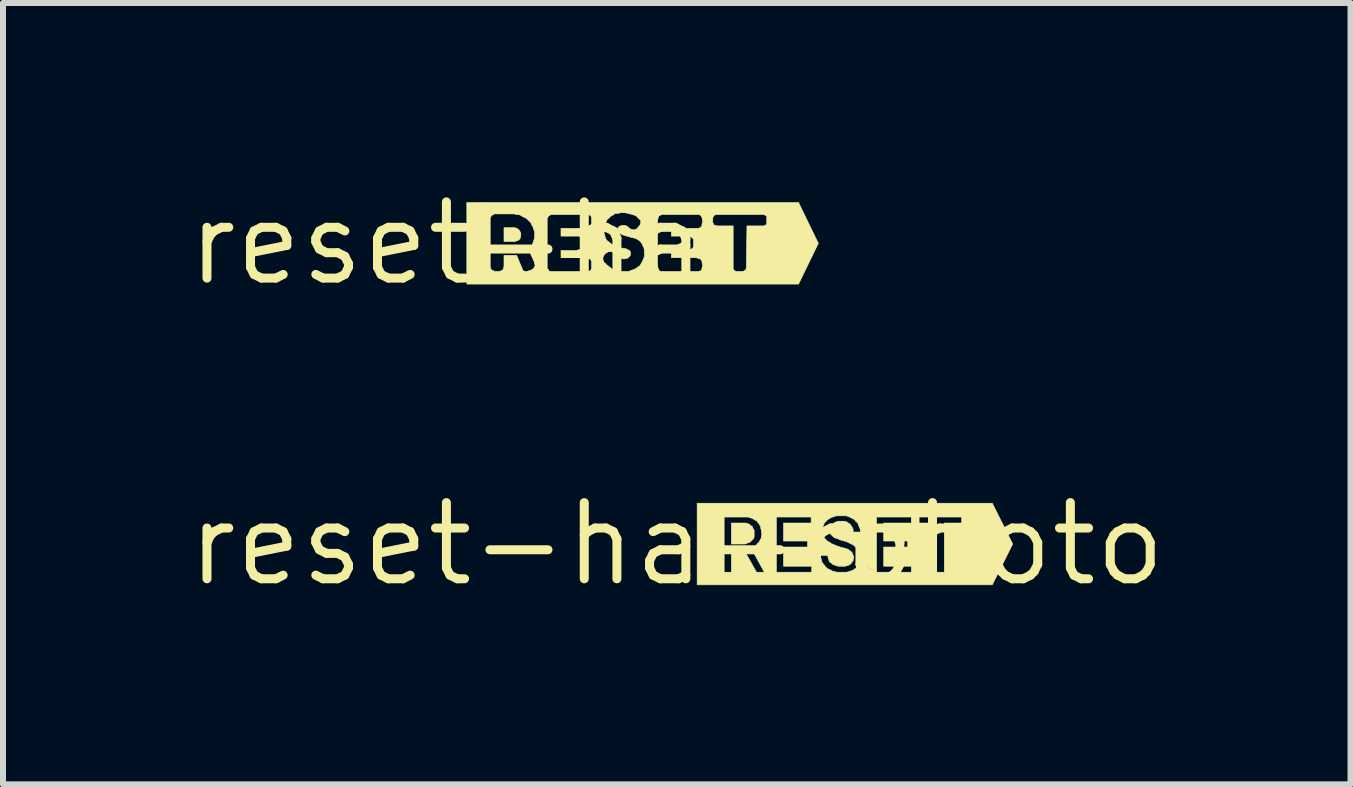
<source format=kicad_pcb>
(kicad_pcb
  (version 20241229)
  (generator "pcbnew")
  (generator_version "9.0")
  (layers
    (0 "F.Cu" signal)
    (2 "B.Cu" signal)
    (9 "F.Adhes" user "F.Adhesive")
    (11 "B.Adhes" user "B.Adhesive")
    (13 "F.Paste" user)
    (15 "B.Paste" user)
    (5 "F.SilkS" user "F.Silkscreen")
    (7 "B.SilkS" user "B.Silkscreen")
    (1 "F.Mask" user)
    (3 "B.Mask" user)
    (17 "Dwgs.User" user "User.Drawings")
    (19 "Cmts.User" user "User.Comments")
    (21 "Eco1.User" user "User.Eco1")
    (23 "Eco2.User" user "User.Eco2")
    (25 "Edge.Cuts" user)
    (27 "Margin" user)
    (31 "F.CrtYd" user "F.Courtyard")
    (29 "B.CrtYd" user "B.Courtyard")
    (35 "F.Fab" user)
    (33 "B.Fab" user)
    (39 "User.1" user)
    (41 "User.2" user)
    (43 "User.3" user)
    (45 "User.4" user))
  (footprint "reset-ha-roboto"
    (layer "F.Cu")
    (at 8.232 6.019)
    (property "Reference" "reset-ha-roboto" (at 0 0 0) (layer "F.SilkS") (effects (font (size 1.27 1.27) (thickness 0.15))))
    (attr board_only exclude_from_pos_files exclude_from_bom)
    (fp_poly (pts (xy 0.91 0) (xy 1.1 0) (xy 1.14 0) (xy 1.16 -0.01) (xy 1.19 -0.02) (xy 1.22 -0.03) (xy 1.24 -0.05) (xy 1.26 -0.07) (xy 1.28 -0.09) (xy 1.29 -0.12) (xy 1.29 -0.15) (xy 1.29 -0.2) (xy 1.29 -0.23) (xy 1.27 -0.26) (xy 1.26 -0.29) (xy 1.23 -0.31) (xy 1.21 -0.33) (xy 1.18 -0.34) (xy 1.15 -0.35) (xy 1.1 -0.35) (xy 0.91 -0.35) (xy 0.91 0)) (stroke (width 0.01) (type solid)) (fill yes) (layer "F.SilkS"))
    (fp_poly (pts (xy 0.68 -0.68) (xy 0.34 -0.68) (xy 0.34 0.68) (xy 5.26 0.68) (xy 5.6 0) (xy 5.26 -0.68) (xy 0.68 -0.68) (xy 0.79 -0.45) (xy 1.1 -0.45) (xy 1.15 -0.45) (xy 1.19 -0.45) (xy 1.25 -0.43) (xy 1.27 -0.42) (xy 1.29 -0.41) (xy 1.32 -0.39) (xy 1.34 -0.38) (xy 1.35 -0.36) (xy 1.37 -0.34) (xy 1.38 -0.32) (xy 1.4 -0.29) (xy 1.4 -0.26) (xy 1.41 -0.23) (xy 1.41 -0.19) (xy 1.42 -0.16) (xy 1.41 -0.13) (xy 1.41 -0.1) (xy 1.39 -0.07) (xy 1.38 -0.04) (xy 1.36 -0.02) (xy 1.34 0) (xy 1.32 0.03) (xy 1.3 0.04) (xy 1.27 0.06) (xy 1.24 0.07) (xy 1.46 0.47) (xy 1.66 0.47) (xy 1.66 -0.45) (xy 2.24 -0.45) (xy 2.24 -0.35) (xy 1.78 -0.35) (xy 1.78 -0.05) (xy 2.18 -0.05) (xy 2.18 0.05) (xy 1.78 0.05) (xy 1.78 0.37) (xy 2.25 0.37) (xy 2.42 0.29) (xy 2.41 0.26) (xy 2.4 0.23) (xy 2.4 0.19) (xy 2.52 0.19) (xy 2.52 0.22) (xy 2.53 0.25) (xy 2.54 0.28) (xy 2.55 0.3) (xy 2.58 0.32) (xy 2.6 0.34) (xy 2.63 0.35) (xy 2.66 0.36) (xy 2.69 0.37) (xy 2.73 0.37) (xy 2.77 0.37) (xy 2.81 0.37) (xy 2.84 0.36) (xy 2.87 0.35) (xy 2.89 0.34) (xy 2.91 0.32) (xy 2.92 0.3) (xy 2.94 0.28) (xy 2.94 0.26) (xy 2.95 0.24) (xy 2.95 0.21) (xy 2.94 0.19) (xy 2.93 0.16) (xy 2.92 0.14) (xy 2.91 0.13) (xy 2.9 0.12) (xy 2.88 0.11) (xy 2.86 0.09) (xy 2.8 0.07) (xy 2.72 0.05) (xy 2.64 0.02) (xy 2.57 -0.01) (xy 2.55 -0.03) (xy 2.52 -0.04) (xy 2.5 -0.06) (xy 2.48 -0.08) (xy 2.46 -0.1) (xy 2.45 -0.12) (xy 2.44 -0.14) (xy 2.43 -0.17) (xy 2.43 -0.19) (xy 2.42 -0.22) (xy 2.43 -0.25) (xy 2.43 -0.27) (xy 2.44 -0.3) (xy 2.45 -0.32) (xy 2.46 -0.35) (xy 2.48 -0.37) (xy 2.5 -0.39) (xy 2.52 -0.41) (xy 2.54 -0.42) (xy 2.57 -0.44) (xy 2.6 -0.45) (xy 2.63 -0.46) (xy 2.66 -0.47) (xy 2.69 -0.47) (xy 2.72 -0.47) (xy 2.76 -0.47) (xy 2.8 -0.47) (xy 2.83 -0.47) (xy 2.88 -0.45) (xy 2.92 -0.43) (xy 2.96 -0.41) (xy 2.99 -0.37) (xy 3.01 -0.36) (xy 3.02 -0.34) (xy 3.04 -0.29) (xy 3.06 -0.24) (xy 3.06 -0.2) (xy 2.94 -0.2) (xy 2.94 -0.24) (xy 2.93 -0.27) (xy 2.91 -0.3) (xy 2.89 -0.33) (xy 2.86 -0.35) (xy 2.83 -0.37) (xy 2.79 -0.38) (xy 2.74 -0.38) (xy 2.7 -0.38) (xy 2.66 -0.37) (xy 2.62 -0.35) (xy 2.59 -0.33) (xy 2.57 -0.31) (xy 2.56 -0.28) (xy 2.55 -0.24) (xy 2.55 -0.22) (xy 2.55 -0.21) (xy 2.55 -0.18) (xy 2.57 -0.16) (xy 2.59 -0.14) (xy 2.61 -0.12) (xy 2.64 -0.1) (xy 2.68 -0.09) (xy 2.72 -0.07) (xy 2.83 -0.04) (xy 2.87 -0.02) (xy 2.91 0) (xy 2.95 0.02) (xy 2.98 0.05) (xy 3.01 0.08) (xy 3.04 0.11) (xy 3.05 0.12) (xy 3.05 0.14) (xy 3.06 0.17) (xy 3.07 0.19) (xy 3.07 0.21) (xy 3.07 0.24) (xy 3.07 0.26) (xy 3.06 0.28) (xy 3.05 0.32) (xy 3.33 0.47) (xy 3.33 -0.45) (xy 3.91 -0.45) (xy 3.91 -0.35) (xy 4.04 -0.35) (xy 4.04 -0.45) (xy 4.75 -0.45) (xy 4.75 -0.35) (xy 4.46 -0.35) (xy 4.46 0.47) (xy 4.33 0.47) (xy 4.33 -0.35) (xy 4.04 -0.35) (xy 3.91 -0.35) (xy 3.45 -0.35) (xy 3.45 -0.05) (xy 3.85 -0.05) (xy 3.85 0.05) (xy 3.45 0.05) (xy 3.45 0.37) (xy 3.91 0.37) (xy 3.91 0.47) (xy 3.33 0.47) (xy 3.05 0.33) (xy 3.03 0.36) (xy 3 0.39) (xy 2.96 0.42) (xy 2.93 0.44) (xy 2.9 0.45) (xy 2.87 0.46) (xy 2.83 0.47) (xy 2.79 0.47) (xy 2.74 0.47) (xy 2.7 0.47) (xy 2.67 0.47) (xy 2.63 0.46) (xy 2.59 0.45) (xy 2.56 0.43) (xy 2.53 0.42) (xy 2.5 0.4) (xy 2.48 0.38) (xy 2.46 0.35) (xy 2.44 0.33) (xy 2.42 0.3) (xy 2.25 0.37) (xy 2.25 0.47) (xy 1.66 0.47) (xy 1.46 0.47) (xy 1.33 0.47) (xy 1.12 0.1) (xy 0.91 0.1) (xy 0.91 0.47) (xy 0.79 0.47) (xy 0.79 -0.45) (xy 0.68 -0.68)) (stroke (width 0.01) (type solid)) (fill yes) (layer "F.SilkS")))
  (footprint "reset-ha"
    (layer "F.Cu")
    (at 4.392 1.006)
    (property "Reference" "reset-ha" (at 0 0 0) (layer "F.SilkS") (effects (font (size 1.27 1.27) (thickness 0.15))))
    (attr board_only exclude_from_pos_files exclude_from_bom)
    (fp_poly (pts (xy 0.96 -0.03) (xy 1.14 -0.03) (xy 1.17 -0.04) (xy 1.2 -0.05) (xy 1.21 -0.06) (xy 1.23 -0.08) (xy 1.23 -0.1) (xy 1.24 -0.12) (xy 1.24 -0.14) (xy 1.24 -0.17) (xy 1.23 -0.19) (xy 1.22 -0.21) (xy 1.21 -0.22) (xy 1.19 -0.24) (xy 1.17 -0.25) (xy 1.14 -0.26) (xy 1.13 -0.26) (xy 0.96 -0.26) (xy 0.96 -0.03)) (stroke (width 0.01) (type solid)) (fill yes) (layer "F.SilkS"))
    (fp_poly (pts (xy 0.68 -0.68) (xy 0.34 -0.68) (xy 0.34 0.68) (xy 5.87 0.68) (xy 6.2 0) (xy 5.87 -0.68) (xy 0.68 -0.68) (xy 0.77 -0.48) (xy 0.78 -0.48) (xy 0.8 -0.49) (xy 0.83 -0.49) (xy 1.13 -0.49) (xy 1.17 -0.48) (xy 1.2 -0.48) (xy 1.23 -0.47) (xy 1.25 -0.46) (xy 1.28 -0.44) (xy 1.31 -0.43) (xy 1.34 -0.41) (xy 1.36 -0.39) (xy 1.39 -0.36) (xy 1.41 -0.34) (xy 1.42 -0.31) (xy 1.44 -0.28) (xy 1.45 -0.25) (xy 1.46 -0.22) (xy 1.47 -0.19) (xy 1.47 -0.16) (xy 1.47 -0.13) (xy 1.47 -0.09) (xy 1.46 -0.06) (xy 1.45 -0.03) (xy 1.44 0) (xy 1.43 0.03) (xy 1.41 0.05) (xy 1.39 0.08) (xy 1.37 0.1) (xy 1.41 0.19) (xy 1.46 0.3) (xy 1.47 0.34) (xy 1.48 0.37) (xy 1.68 0.37) (xy 1.68 -0.37) (xy 1.68 -0.39) (xy 1.68 -0.42) (xy 1.69 -0.43) (xy 1.7 -0.45) (xy 1.71 -0.46) (xy 1.73 -0.47) (xy 1.75 -0.48) (xy 1.79 -0.48) (xy 2.32 -0.48) (xy 2.35 -0.48) (xy 2.39 -0.47) (xy 2.4 -0.46) (xy 2.41 -0.45) (xy 2.42 -0.43) (xy 2.42 -0.39) (xy 2.42 -0.35) (xy 2.42 -0.32) (xy 2.41 -0.29) (xy 2.4 -0.27) (xy 2.38 -0.26) (xy 2.36 -0.25) (xy 2.32 -0.25) (xy 1.91 -0.25) (xy 1.91 -0.12) (xy 2.21 -0.12) (xy 2.22 -0.11) (xy 2.26 -0.09) (xy 2.27 -0.08) (xy 2.27 -0.06) (xy 2.28 -0.04) (xy 2.28 0) (xy 2.28 0.02) (xy 2.28 0.04) (xy 2.27 0.06) (xy 2.27 0.07) (xy 2.26 0.09) (xy 2.25 0.09) (xy 2.21 0.11) (xy 2.19 0.11) (xy 2.17 0.12) (xy 1.91 0.12) (xy 1.91 0.24) (xy 2.32 0.24) (xy 2.35 0.25) (xy 2.39 0.26) (xy 2.4 0.27) (xy 2.41 0.28) (xy 2.42 0.3) (xy 2.42 0.32) (xy 2.61 0.28) (xy 2.61 0.25) (xy 2.61 0.23) (xy 2.62 0.22) (xy 2.62 0.21) (xy 2.65 0.17) (xy 2.67 0.16) (xy 2.7 0.14) (xy 2.72 0.14) (xy 2.73 0.14) (xy 2.75 0.14) (xy 2.76 0.14) (xy 2.79 0.16) (xy 2.84 0.21) (xy 2.88 0.23) (xy 2.91 0.25) (xy 2.93 0.25) (xy 2.94 0.26) (xy 2.97 0.26) (xy 3 0.25) (xy 3.02 0.25) (xy 3.03 0.24) (xy 3.05 0.22) (xy 3.06 0.21) (xy 3.07 0.19) (xy 3.07 0.17) (xy 3.07 0.15) (xy 3.06 0.13) (xy 3.05 0.12) (xy 3.03 0.11) (xy 3.01 0.1) (xy 2.99 0.09) (xy 2.92 0.08) (xy 2.87 0.06) (xy 2.83 0.05) (xy 2.79 0.03) (xy 2.75 0.01) (xy 2.72 -0.01) (xy 2.7 -0.03) (xy 2.67 -0.05) (xy 2.65 -0.09) (xy 2.64 -0.13) (xy 2.63 -0.17) (xy 2.62 -0.21) (xy 2.62 -0.26) (xy 2.63 -0.3) (xy 2.65 -0.34) (xy 2.67 -0.37) (xy 2.68 -0.4) (xy 2.71 -0.42) (xy 2.73 -0.44) (xy 2.75 -0.46) (xy 2.78 -0.47) (xy 2.8 -0.49) (xy 2.83 -0.5) (xy 2.87 -0.5) (xy 2.9 -0.51) (xy 2.94 -0.51) (xy 2.98 -0.51) (xy 3.02 -0.5) (xy 3.06 -0.49) (xy 3.1 -0.48) (xy 3.13 -0.47) (xy 3.16 -0.46) (xy 3.2 -0.42) (xy 3.22 -0.4) (xy 3.24 -0.38) (xy 3.24 -0.36) (xy 3.24 -0.35) (xy 3.24 -0.34) (xy 3.23 -0.31) (xy 3.2 -0.27) (xy 3.17 -0.24) (xy 3.16 -0.23) (xy 3.14 -0.23) (xy 3.12 -0.22) (xy 3.11 -0.23) (xy 3.09 -0.23) (xy 3.05 -0.25) (xy 3.02 -0.28) (xy 3 -0.29) (xy 2.97 -0.3) (xy 2.93 -0.3) (xy 2.91 -0.29) (xy 2.9 -0.29) (xy 2.88 -0.28) (xy 2.87 -0.27) (xy 2.86 -0.26) (xy 2.85 -0.24) (xy 2.85 -0.23) (xy 2.85 -0.21) (xy 2.86 -0.19) (xy 2.87 -0.18) (xy 2.88 -0.17) (xy 2.9 -0.16) (xy 2.94 -0.14) (xy 3.08 -0.1) (xy 3.12 -0.09) (xy 3.16 -0.08) (xy 3.19 -0.06) (xy 3.21 -0.05) (xy 3.23 -0.03) (xy 3.25 -0.01) (xy 3.27 0.03) (xy 3.29 0.07) (xy 3.3 0.11) (xy 3.3 0.16) (xy 3.3 0.21) (xy 3.29 0.25) (xy 3.27 0.29) (xy 3.52 0.37) (xy 3.52 -0.37) (xy 3.52 -0.39) (xy 3.53 -0.42) (xy 3.53 -0.43) (xy 3.54 -0.45) (xy 3.55 -0.46) (xy 3.57 -0.47) (xy 3.6 -0.48) (xy 3.63 -0.48) (xy 4.16 -0.48) (xy 4.2 -0.48) (xy 4.24 -0.47) (xy 4.24 -0.46) (xy 4.25 -0.45) (xy 4.26 -0.43) (xy 4.27 -0.39) (xy 4.44 -0.38) (xy 4.44 -0.41) (xy 4.44 -0.43) (xy 4.45 -0.44) (xy 4.46 -0.46) (xy 4.47 -0.47) (xy 4.5 -0.48) (xy 4.53 -0.48) (xy 5.27 -0.48) (xy 5.29 -0.48) (xy 5.31 -0.47) (xy 5.33 -0.46) (xy 5.34 -0.45) (xy 5.34 -0.43) (xy 5.34 -0.4) (xy 5.34 -0.36) (xy 5.34 -0.33) (xy 5.34 -0.32) (xy 5.33 -0.31) (xy 5.31 -0.3) (xy 5.29 -0.29) (xy 5.26 -0.29) (xy 5.01 -0.29) (xy 5 0.38) (xy 5 0.41) (xy 4.99 0.44) (xy 4.98 0.45) (xy 4.96 0.46) (xy 4.94 0.47) (xy 4.9 0.47) (xy 4.86 0.47) (xy 4.83 0.47) (xy 4.81 0.46) (xy 4.8 0.45) (xy 4.79 0.44) (xy 4.78 0.42) (xy 4.78 0.41) (xy 4.78 -0.29) (xy 4.52 -0.29) (xy 4.48 -0.3) (xy 4.47 -0.3) (xy 4.46 -0.31) (xy 4.45 -0.32) (xy 4.45 -0.33) (xy 4.44 -0.34) (xy 4.44 -0.36) (xy 4.44 -0.38) (xy 4.27 -0.39) (xy 4.27 -0.35) (xy 4.26 -0.32) (xy 4.26 -0.29) (xy 4.24 -0.27) (xy 4.23 -0.26) (xy 4.2 -0.25) (xy 4.16 -0.25) (xy 3.75 -0.25) (xy 3.75 -0.12) (xy 4.05 -0.12) (xy 4.07 -0.11) (xy 4.1 -0.09) (xy 4.11 -0.08) (xy 4.12 -0.06) (xy 4.12 -0.04) (xy 4.12 0) (xy 4.12 0.02) (xy 4.12 0.04) (xy 4.12 0.06) (xy 4.11 0.07) (xy 4.1 0.09) (xy 4.09 0.09) (xy 4.05 0.11) (xy 4.03 0.11) (xy 4.01 0.12) (xy 3.75 0.12) (xy 3.75 0.24) (xy 4.16 0.24) (xy 4.2 0.25) (xy 4.23 0.26) (xy 4.24 0.27) (xy 4.25 0.28) (xy 4.26 0.3) (xy 4.26 0.32) (xy 4.27 0.35) (xy 4.27 0.38) (xy 4.26 0.41) (xy 4.26 0.43) (xy 4.25 0.45) (xy 4.24 0.46) (xy 4.23 0.46) (xy 4.2 0.47) (xy 4.16 0.47) (xy 3.62 0.47) (xy 3.59 0.47) (xy 3.57 0.47) (xy 3.55 0.46) (xy 3.54 0.44) (xy 3.53 0.43) (xy 3.53 0.42) (xy 3.52 0.37) (xy 3.27 0.3) (xy 3.25 0.33) (xy 3.23 0.37) (xy 3.2 0.39) (xy 3.16 0.42) (xy 3.12 0.44) (xy 3.08 0.45) (xy 3.04 0.47) (xy 2.99 0.47) (xy 2.95 0.47) (xy 2.9 0.47) (xy 2.86 0.46) (xy 2.82 0.45) (xy 2.78 0.44) (xy 2.76 0.43) (xy 2.7 0.38) (xy 2.67 0.36) (xy 2.66 0.34) (xy 2.64 0.33) (xy 2.62 0.3) (xy 2.61 0.28) (xy 2.42 0.32) (xy 2.42 0.35) (xy 2.42 0.38) (xy 2.42 0.41) (xy 2.42 0.43) (xy 2.4 0.45) (xy 2.4 0.46) (xy 2.39 0.46) (xy 2.36 0.47) (xy 2.32 0.47) (xy 1.78 0.47) (xy 1.75 0.47) (xy 1.73 0.47) (xy 1.71 0.46) (xy 1.7 0.44) (xy 1.69 0.43) (xy 1.68 0.42) (xy 1.68 0.37) (xy 1.48 0.37) (xy 1.47 0.39) (xy 1.46 0.41) (xy 1.45 0.42) (xy 1.43 0.44) (xy 1.37 0.46) (xy 1.34 0.47) (xy 1.33 0.47) (xy 1.31 0.47) (xy 1.3 0.47) (xy 1.29 0.46) (xy 1.27 0.45) (xy 1.27 0.44) (xy 1.17 0.2) (xy 0.96 0.2) (xy 0.96 0.38) (xy 0.95 0.42) (xy 0.95 0.43) (xy 0.94 0.44) (xy 0.93 0.45) (xy 0.91 0.46) (xy 0.88 0.47) (xy 0.85 0.47) (xy 0.81 0.47) (xy 0.79 0.46) (xy 0.76 0.45) (xy 0.75 0.44) (xy 0.74 0.43) (xy 0.74 0.42) (xy 0.73 0.39) (xy 0.73 0.36) (xy 0.73 -0.42) (xy 0.73 -0.43) (xy 0.74 -0.44) (xy 0.75 -0.46) (xy 0.75 -0.47) (xy 0.77 -0.47) (xy 0.68 -0.68)) (stroke (width 0.01) (type solid)) (fill yes) (layer "F.SilkS")))
  (gr_rect
    (start -3 -3)
    (end 19.464 10.025)
    (stroke (width 0.1) (type default))
    (fill no)
    (layer "Edge.Cuts")))
</source>
